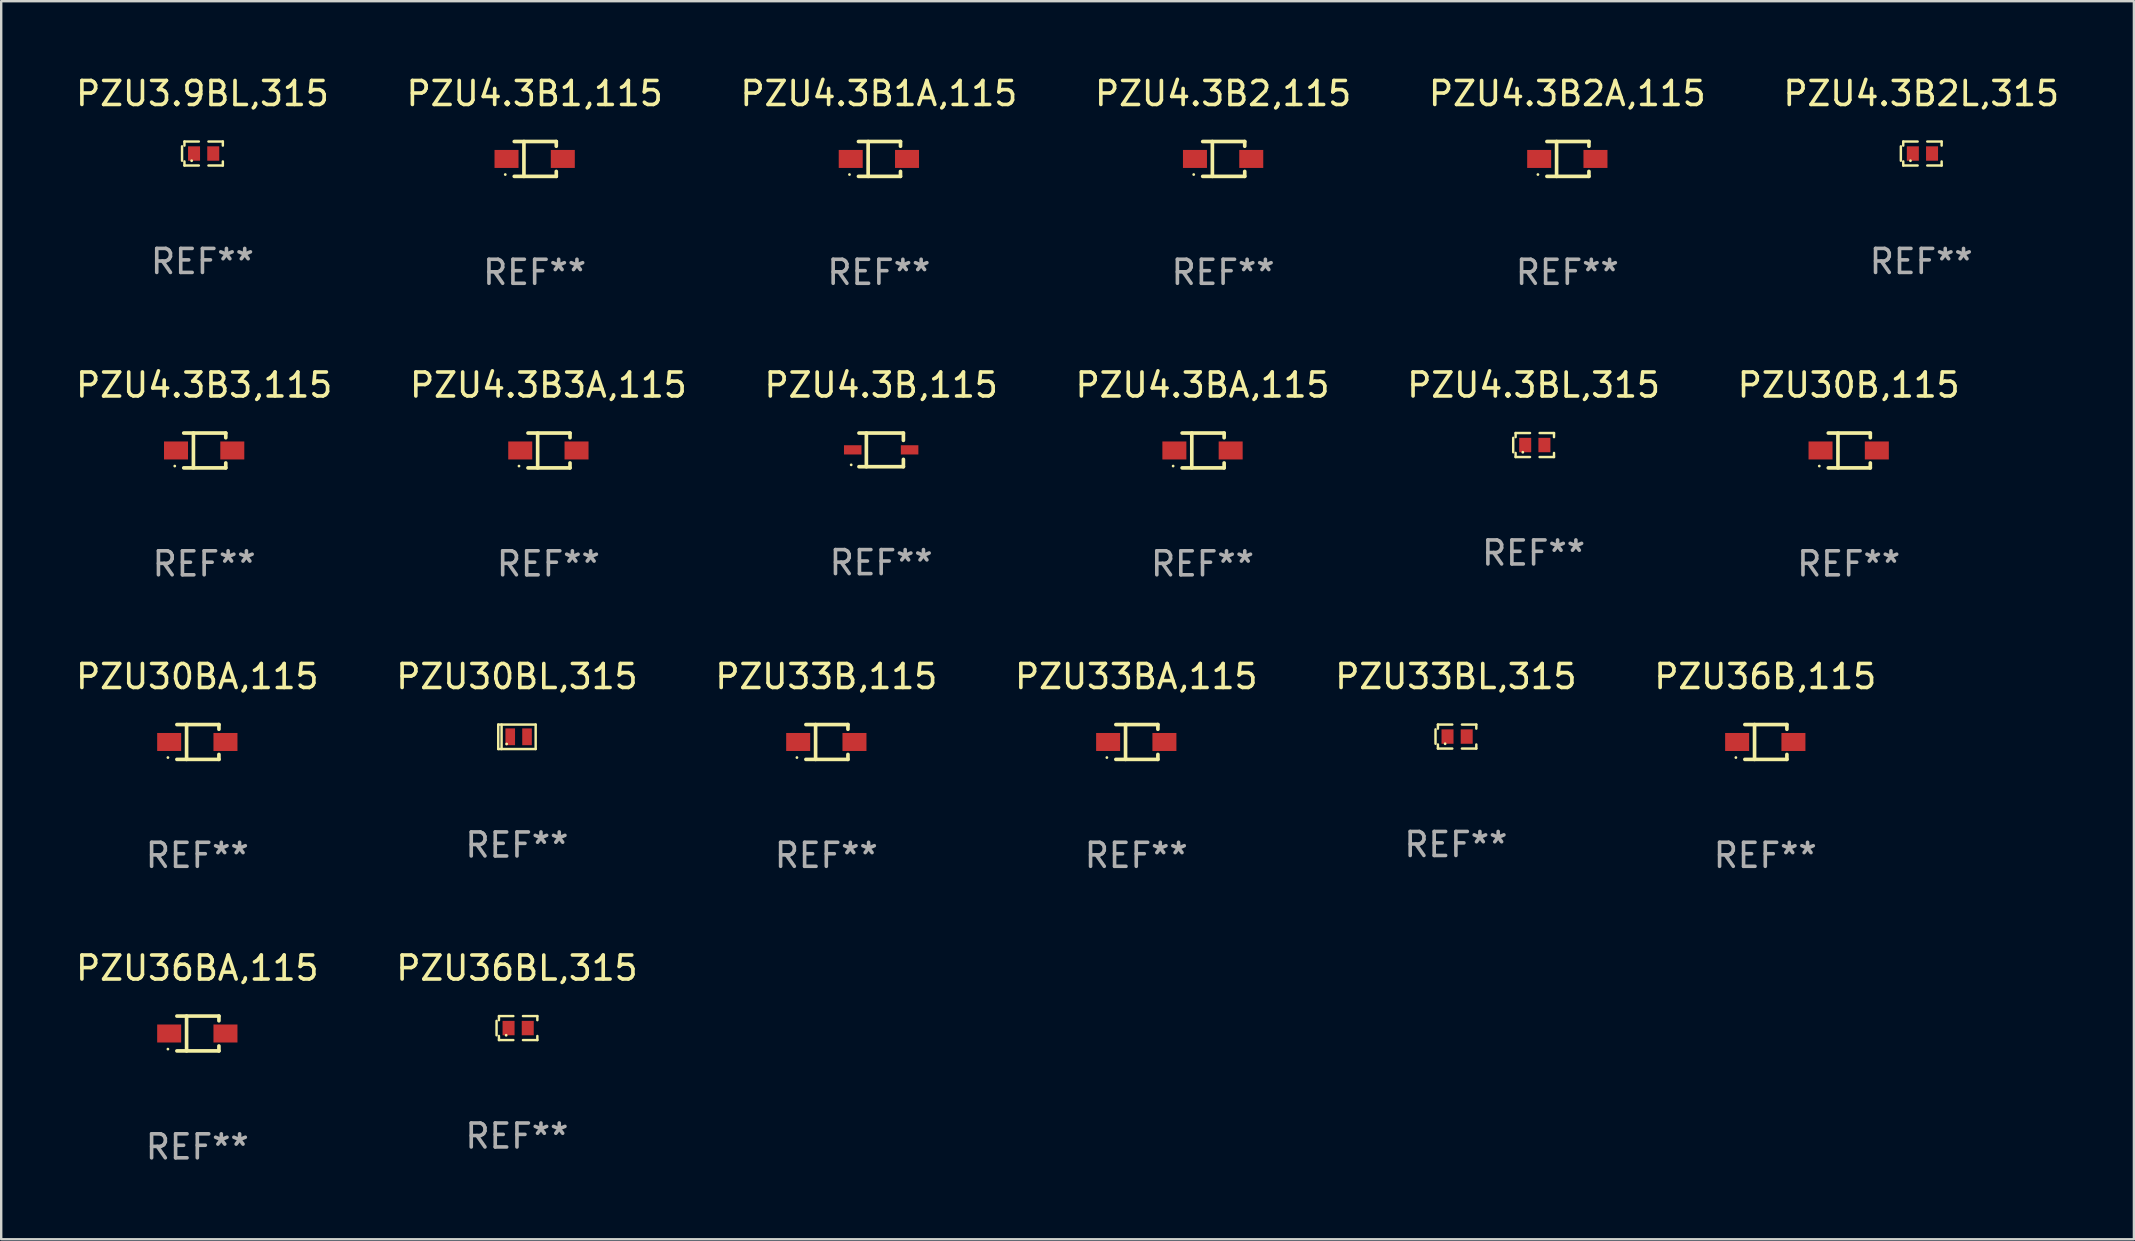
<source format=kicad_pcb>
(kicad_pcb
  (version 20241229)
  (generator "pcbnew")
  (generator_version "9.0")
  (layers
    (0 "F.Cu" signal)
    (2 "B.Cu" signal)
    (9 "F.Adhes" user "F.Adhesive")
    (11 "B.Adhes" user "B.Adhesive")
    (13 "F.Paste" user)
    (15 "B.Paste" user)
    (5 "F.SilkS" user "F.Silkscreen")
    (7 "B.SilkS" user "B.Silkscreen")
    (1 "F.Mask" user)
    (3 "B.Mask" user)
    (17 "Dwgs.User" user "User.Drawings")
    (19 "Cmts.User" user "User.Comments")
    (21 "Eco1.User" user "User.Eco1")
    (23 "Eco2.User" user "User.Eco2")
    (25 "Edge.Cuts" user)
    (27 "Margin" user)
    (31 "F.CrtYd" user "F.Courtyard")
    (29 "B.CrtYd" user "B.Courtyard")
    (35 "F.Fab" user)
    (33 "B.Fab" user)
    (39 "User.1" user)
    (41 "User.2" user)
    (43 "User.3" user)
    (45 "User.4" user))
  (footprint "PZU3.9BL,315"
    (layer "F.Cu")
    (at 5.387 3.348)
    (property "Reference" "PZU3.9BL,315" (at 0 -2.5 0) (layer "F.SilkS") (effects (font (size 1 1) (thickness 0.15))))
    (attr through_hole)
    (fp_line (start -0.85 -0.3) (end -0.85 0.3) (stroke (width 0.102) (type solid)) (layer "F.SilkS"))
    (fp_line (start -0.75 -0.5) (end -0.75 -0.329) (stroke (width 0.102) (type solid)) (layer "F.SilkS"))
    (fp_line (start -0.75 0.329) (end -0.75 0.5) (stroke (width 0.102) (type solid)) (layer "F.SilkS"))
    (fp_line (start -0.75 0.5) (end -0.15 0.5) (stroke (width 0.102) (type solid)) (layer "F.SilkS"))
    (fp_line (start -0.15 -0.5) (end -0.75 -0.5) (stroke (width 0.102) (type solid)) (layer "F.SilkS"))
    (fp_line (start 0.25 -0.5) (end 0.85 -0.5) (stroke (width 0.102) (type solid)) (layer "F.SilkS"))
    (fp_line (start 0.85 -0.5) (end 0.85 -0.33) (stroke (width 0.102) (type solid)) (layer "F.SilkS"))
    (fp_line (start 0.85 0.33) (end 0.85 0.5) (stroke (width 0.102) (type solid)) (layer "F.SilkS"))
    (fp_line (start 0.85 0.5) (end 0.25 0.5) (stroke (width 0.102) (type solid)) (layer "F.SilkS"))
    (fp_circle (center -0.45 0.3) (end -0.42 0.3) (stroke (width 0.06) (type solid)) (fill no) (layer "F.SilkS"))
    (fp_text user "REF**" (at 0 4.5 0) (layer "F.Fab") (effects (font (size 1 1) (thickness 0.15))))
    (pad "1" smd rect (at -0.35 0) (size 0.5 0.6) (layers "F.Cu" "F.Mask" "F.Paste"))
    (pad "2" smd rect (at 0.45 0) (size 0.5 0.6) (layers "F.Cu" "F.Mask" "F.Paste")))
  (footprint "PZU30BA,115"
    (layer "F.Cu")
    (at 5.173 27.872)
    (property "Reference" "PZU30BA,115" (at 0 -2.726 0) (layer "F.SilkS") (effects (font (size 1 1) (thickness 0.15))))
    (attr through_hole)
    (fp_line (start -0.851 -0.726) (end 0.901 -0.726) (stroke (width 0.152) (type solid)) (layer "F.SilkS"))
    (fp_line (start -0.851 0.726) (end 0.901 0.726) (stroke (width 0.152) (type solid)) (layer "F.SilkS"))
    (fp_line (start -0.447 -0.726) (end -0.447 0.726) (stroke (width 0.152) (type solid)) (layer "F.SilkS"))
    (fp_line (start 0.901 -0.726) (end 0.901 -0.53) (stroke (width 0.152) (type solid)) (layer "F.SilkS"))
    (fp_line (start 0.901 0.726) (end 0.901 0.52) (stroke (width 0.152) (type solid)) (layer "F.SilkS"))
    (fp_circle (center -1.225 0.65) (end -1.195 0.65) (stroke (width 0.06) (type solid)) (fill no) (layer "F.SilkS"))
    (fp_text user "REF**" (at 0 4.726 0) (layer "F.Fab") (effects (font (size 1 1) (thickness 0.15))))
    (pad "1" smd rect (at -1.173 0) (size 1 0.75) (layers "F.Cu" "F.Mask" "F.Paste"))
    (pad "2" smd rect (at 1.173 0) (size 1 0.75) (layers "F.Cu" "F.Mask" "F.Paste")))
  (footprint "PZU36B,115"
    (layer "F.Cu")
    (at 70.518 27.872)
    (property "Reference" "PZU36B,115" (at 0 -2.726 0) (layer "F.SilkS") (effects (font (size 1 1) (thickness 0.15))))
    (attr through_hole)
    (fp_line (start -0.851 -0.726) (end 0.901 -0.726) (stroke (width 0.152) (type solid)) (layer "F.SilkS"))
    (fp_line (start -0.851 0.726) (end 0.901 0.726) (stroke (width 0.152) (type solid)) (layer "F.SilkS"))
    (fp_line (start -0.447 -0.726) (end -0.447 0.726) (stroke (width 0.152) (type solid)) (layer "F.SilkS"))
    (fp_line (start 0.901 -0.726) (end 0.901 -0.53) (stroke (width 0.152) (type solid)) (layer "F.SilkS"))
    (fp_line (start 0.901 0.726) (end 0.901 0.52) (stroke (width 0.152) (type solid)) (layer "F.SilkS"))
    (fp_circle (center -1.225 0.65) (end -1.195 0.65) (stroke (width 0.06) (type solid)) (fill no) (layer "F.SilkS"))
    (fp_text user "REF**" (at 0 4.726 0) (layer "F.Fab") (effects (font (size 1 1) (thickness 0.15))))
    (pad "1" smd rect (at -1.173 0) (size 1 0.75) (layers "F.Cu" "F.Mask" "F.Paste"))
    (pad "2" smd rect (at 1.173 0) (size 1 0.75) (layers "F.Cu" "F.Mask" "F.Paste")))
  (footprint "PZU36BA,115"
    (layer "F.Cu")
    (at 5.173 40.021)
    (property "Reference" "PZU36BA,115" (at 0 -2.726 0) (layer "F.SilkS") (effects (font (size 1 1) (thickness 0.15))))
    (attr through_hole)
    (fp_line (start -0.851 -0.726) (end 0.901 -0.726) (stroke (width 0.152) (type solid)) (layer "F.SilkS"))
    (fp_line (start -0.851 0.726) (end 0.901 0.726) (stroke (width 0.152) (type solid)) (layer "F.SilkS"))
    (fp_line (start -0.447 -0.726) (end -0.447 0.726) (stroke (width 0.152) (type solid)) (layer "F.SilkS"))
    (fp_line (start 0.901 -0.726) (end 0.901 -0.53) (stroke (width 0.152) (type solid)) (layer "F.SilkS"))
    (fp_line (start 0.901 0.726) (end 0.901 0.52) (stroke (width 0.152) (type solid)) (layer "F.SilkS"))
    (fp_circle (center -1.225 0.65) (end -1.195 0.65) (stroke (width 0.06) (type solid)) (fill no) (layer "F.SilkS"))
    (fp_text user "REF**" (at 0 4.726 0) (layer "F.Fab") (effects (font (size 1 1) (thickness 0.15))))
    (pad "1" smd rect (at -1.173 0) (size 1 0.75) (layers "F.Cu" "F.Mask" "F.Paste"))
    (pad "2" smd rect (at 1.173 0) (size 1 0.75) (layers "F.Cu" "F.Mask" "F.Paste")))
  (footprint "PZU30BL,315"
    (layer "F.Cu")
    (at 18.494 27.656)
    (property "Reference" "PZU30BL,315" (at 0 -2.51 0) (layer "F.SilkS") (effects (font (size 1 1) (thickness 0.15))))
    (attr through_hole)
    (fp_line (start -0.78 -0.51) (end -0.78 0.51) (stroke (width 0.102) (type solid)) (layer "F.SilkS"))
    (fp_line (start -0.78 -0.51) (end 0.78 -0.51) (stroke (width 0.102) (type solid)) (layer "F.SilkS"))
    (fp_line (start -0.78 0.51) (end 0.78 0.51) (stroke (width 0.102) (type solid)) (layer "F.SilkS"))
    (fp_line (start -0.64 -0.51) (end -0.64 0.51) (stroke (width 0.102) (type solid)) (layer "F.SilkS"))
    (fp_line (start 0.78 -0.51) (end 0.78 0.51) (stroke (width 0.102) (type solid)) (layer "F.SilkS"))
    (fp_circle (center -0.43 0.3) (end -0.4 0.3) (stroke (width 0.06) (type solid)) (fill no) (layer "F.SilkS"))
    (fp_text user "REF**" (at 0 4.51 0) (layer "F.Fab") (effects (font (size 1 1) (thickness 0.15))))
    (pad "1" smd rect (at -0.28 0) (size 0.4 0.7) (layers "F.Cu" "F.Mask" "F.Paste"))
    (pad "2" smd rect (at 0.42 0) (size 0.4 0.7) (layers "F.Cu" "F.Mask" "F.Paste")))
  (footprint "PZU4.3B2,115"
    (layer "F.Cu")
    (at 47.923 3.574)
    (property "Reference" "PZU4.3B2,115" (at 0 -2.726 0) (layer "F.SilkS") (effects (font (size 1 1) (thickness 0.15))))
    (attr through_hole)
    (fp_line (start -0.851 -0.726) (end 0.901 -0.726) (stroke (width 0.152) (type solid)) (layer "F.SilkS"))
    (fp_line (start -0.851 0.726) (end 0.901 0.726) (stroke (width 0.152) (type solid)) (layer "F.SilkS"))
    (fp_line (start -0.447 -0.726) (end -0.447 0.726) (stroke (width 0.152) (type solid)) (layer "F.SilkS"))
    (fp_line (start 0.901 -0.726) (end 0.901 -0.53) (stroke (width 0.152) (type solid)) (layer "F.SilkS"))
    (fp_line (start 0.901 0.726) (end 0.901 0.52) (stroke (width 0.152) (type solid)) (layer "F.SilkS"))
    (fp_circle (center -1.225 0.65) (end -1.195 0.65) (stroke (width 0.06) (type solid)) (fill no) (layer "F.SilkS"))
    (fp_text user "REF**" (at 0 4.726 0) (layer "F.Fab") (effects (font (size 1 1) (thickness 0.15))))
    (pad "1" smd rect (at -1.173 0) (size 1 0.75) (layers "F.Cu" "F.Mask" "F.Paste"))
    (pad "2" smd rect (at 1.173 0) (size 1 0.75) (layers "F.Cu" "F.Mask" "F.Paste")))
  (footprint "PZU33BA,115"
    (layer "F.Cu")
    (at 44.304 27.872)
    (property "Reference" "PZU33BA,115" (at 0 -2.726 0) (layer "F.SilkS") (effects (font (size 1 1) (thickness 0.15))))
    (attr through_hole)
    (fp_line (start -0.851 -0.726) (end 0.901 -0.726) (stroke (width 0.152) (type solid)) (layer "F.SilkS"))
    (fp_line (start -0.851 0.726) (end 0.901 0.726) (stroke (width 0.152) (type solid)) (layer "F.SilkS"))
    (fp_line (start -0.447 -0.726) (end -0.447 0.726) (stroke (width 0.152) (type solid)) (layer "F.SilkS"))
    (fp_line (start 0.901 -0.726) (end 0.901 -0.53) (stroke (width 0.152) (type solid)) (layer "F.SilkS"))
    (fp_line (start 0.901 0.726) (end 0.901 0.52) (stroke (width 0.152) (type solid)) (layer "F.SilkS"))
    (fp_circle (center -1.225 0.65) (end -1.195 0.65) (stroke (width 0.06) (type solid)) (fill no) (layer "F.SilkS"))
    (fp_text user "REF**" (at 0 4.726 0) (layer "F.Fab") (effects (font (size 1 1) (thickness 0.15))))
    (pad "1" smd rect (at -1.173 0) (size 1 0.75) (layers "F.Cu" "F.Mask" "F.Paste"))
    (pad "2" smd rect (at 1.173 0) (size 1 0.75) (layers "F.Cu" "F.Mask" "F.Paste")))
  (footprint "PZU4.3B,115"
    (layer "F.Cu")
    (at 33.673 15.698)
    (property "Reference" "PZU4.3B,115" (at 0 -2.701 0) (layer "F.SilkS") (effects (font (size 1 1) (thickness 0.15))))
    (attr through_hole)
    (fp_line (start -0.926 -0.701) (end 0.926 -0.701) (stroke (width 0.152) (type solid)) (layer "F.SilkS"))
    (fp_line (start -0.926 0.701) (end 0.926 0.701) (stroke (width 0.152) (type solid)) (layer "F.SilkS"))
    (fp_line (start -0.617 -0.701) (end -0.617 0.701) (stroke (width 0.152) (type solid)) (layer "F.SilkS"))
    (fp_line (start 0.926 -0.701) (end 0.926 -0.396) (stroke (width 0.152) (type solid)) (layer "F.SilkS"))
    (fp_line (start 0.926 0.701) (end 0.926 0.396) (stroke (width 0.152) (type solid)) (layer "F.SilkS"))
    (fp_circle (center -1.25 0.625) (end -1.22 0.625) (stroke (width 0.06) (type solid)) (fill no) (layer "F.SilkS"))
    (fp_text user "REF**" (at 0 4.701 0) (layer "F.Fab") (effects (font (size 1 1) (thickness 0.15))))
    (pad "1" smd rect (at -1.185 0 180) (size 0.73 0.385) (layers "F.Cu" "F.Mask" "F.Paste"))
    (pad "2" smd rect (at 1.185 0 180) (size 0.73 0.385) (layers "F.Cu" "F.Mask" "F.Paste")))
  (footprint "PZU30B,115"
    (layer "F.Cu")
    (at 73.994 15.723)
    (property "Reference" "PZU30B,115" (at 0 -2.726 0) (layer "F.SilkS") (effects (font (size 1 1) (thickness 0.15))))
    (attr through_hole)
    (fp_line (start -0.851 -0.726) (end 0.901 -0.726) (stroke (width 0.152) (type solid)) (layer "F.SilkS"))
    (fp_line (start -0.851 0.726) (end 0.901 0.726) (stroke (width 0.152) (type solid)) (layer "F.SilkS"))
    (fp_line (start -0.447 -0.726) (end -0.447 0.726) (stroke (width 0.152) (type solid)) (layer "F.SilkS"))
    (fp_line (start 0.901 -0.726) (end 0.901 -0.53) (stroke (width 0.152) (type solid)) (layer "F.SilkS"))
    (fp_line (start 0.901 0.726) (end 0.901 0.52) (stroke (width 0.152) (type solid)) (layer "F.SilkS"))
    (fp_circle (center -1.225 0.65) (end -1.195 0.65) (stroke (width 0.06) (type solid)) (fill no) (layer "F.SilkS"))
    (fp_text user "REF**" (at 0 4.726 0) (layer "F.Fab") (effects (font (size 1 1) (thickness 0.15))))
    (pad "1" smd rect (at -1.173 0) (size 1 0.75) (layers "F.Cu" "F.Mask" "F.Paste"))
    (pad "2" smd rect (at 1.173 0) (size 1 0.75) (layers "F.Cu" "F.Mask" "F.Paste")))
  (footprint "PZU4.3BL,315"
    (layer "F.Cu")
    (at 60.863 15.497)
    (property "Reference" "PZU4.3BL,315" (at 0 -2.5 0) (layer "F.SilkS") (effects (font (size 1 1) (thickness 0.15))))
    (attr through_hole)
    (fp_line (start -0.85 -0.3) (end -0.85 0.3) (stroke (width 0.102) (type solid)) (layer "F.SilkS"))
    (fp_line (start -0.75 -0.5) (end -0.75 -0.329) (stroke (width 0.102) (type solid)) (layer "F.SilkS"))
    (fp_line (start -0.75 0.329) (end -0.75 0.5) (stroke (width 0.102) (type solid)) (layer "F.SilkS"))
    (fp_line (start -0.75 0.5) (end -0.15 0.5) (stroke (width 0.102) (type solid)) (layer "F.SilkS"))
    (fp_line (start -0.15 -0.5) (end -0.75 -0.5) (stroke (width 0.102) (type solid)) (layer "F.SilkS"))
    (fp_line (start 0.25 -0.5) (end 0.85 -0.5) (stroke (width 0.102) (type solid)) (layer "F.SilkS"))
    (fp_line (start 0.85 -0.5) (end 0.85 -0.33) (stroke (width 0.102) (type solid)) (layer "F.SilkS"))
    (fp_line (start 0.85 0.33) (end 0.85 0.5) (stroke (width 0.102) (type solid)) (layer "F.SilkS"))
    (fp_line (start 0.85 0.5) (end 0.25 0.5) (stroke (width 0.102) (type solid)) (layer "F.SilkS"))
    (fp_circle (center -0.45 0.3) (end -0.42 0.3) (stroke (width 0.06) (type solid)) (fill no) (layer "F.SilkS"))
    (fp_text user "REF**" (at 0 4.5 0) (layer "F.Fab") (effects (font (size 1 1) (thickness 0.15))))
    (pad "1" smd rect (at -0.35 0) (size 0.5 0.6) (layers "F.Cu" "F.Mask" "F.Paste"))
    (pad "2" smd rect (at 0.45 0) (size 0.5 0.6) (layers "F.Cu" "F.Mask" "F.Paste")))
  (footprint "PZU4.3B3A,115"
    (layer "F.Cu")
    (at 19.804 15.723)
    (property "Reference" "PZU4.3B3A,115" (at 0 -2.726 0) (layer "F.SilkS") (effects (font (size 1 1) (thickness 0.15))))
    (attr through_hole)
    (fp_line (start -0.851 -0.726) (end 0.901 -0.726) (stroke (width 0.152) (type solid)) (layer "F.SilkS"))
    (fp_line (start -0.851 0.726) (end 0.901 0.726) (stroke (width 0.152) (type solid)) (layer "F.SilkS"))
    (fp_line (start -0.447 -0.726) (end -0.447 0.726) (stroke (width 0.152) (type solid)) (layer "F.SilkS"))
    (fp_line (start 0.901 -0.726) (end 0.901 -0.53) (stroke (width 0.152) (type solid)) (layer "F.SilkS"))
    (fp_line (start 0.901 0.726) (end 0.901 0.52) (stroke (width 0.152) (type solid)) (layer "F.SilkS"))
    (fp_circle (center -1.225 0.65) (end -1.195 0.65) (stroke (width 0.06) (type solid)) (fill no) (layer "F.SilkS"))
    (fp_text user "REF**" (at 0 4.726 0) (layer "F.Fab") (effects (font (size 1 1) (thickness 0.15))))
    (pad "1" smd rect (at -1.173 0) (size 1 0.75) (layers "F.Cu" "F.Mask" "F.Paste"))
    (pad "2" smd rect (at 1.173 0) (size 1 0.75) (layers "F.Cu" "F.Mask" "F.Paste")))
  (footprint "PZU4.3BA,115"
    (layer "F.Cu")
    (at 47.065 15.723)
    (property "Reference" "PZU4.3BA,115" (at 0 -2.726 0) (layer "F.SilkS") (effects (font (size 1 1) (thickness 0.15))))
    (attr through_hole)
    (fp_line (start -0.851 -0.726) (end 0.901 -0.726) (stroke (width 0.152) (type solid)) (layer "F.SilkS"))
    (fp_line (start -0.851 0.726) (end 0.901 0.726) (stroke (width 0.152) (type solid)) (layer "F.SilkS"))
    (fp_line (start -0.447 -0.726) (end -0.447 0.726) (stroke (width 0.152) (type solid)) (layer "F.SilkS"))
    (fp_line (start 0.901 -0.726) (end 0.901 -0.53) (stroke (width 0.152) (type solid)) (layer "F.SilkS"))
    (fp_line (start 0.901 0.726) (end 0.901 0.52) (stroke (width 0.152) (type solid)) (layer "F.SilkS"))
    (fp_circle (center -1.225 0.65) (end -1.195 0.65) (stroke (width 0.06) (type solid)) (fill no) (layer "F.SilkS"))
    (fp_text user "REF**" (at 0 4.726 0) (layer "F.Fab") (effects (font (size 1 1) (thickness 0.15))))
    (pad "1" smd rect (at -1.173 0) (size 1 0.75) (layers "F.Cu" "F.Mask" "F.Paste"))
    (pad "2" smd rect (at 1.173 0) (size 1 0.75) (layers "F.Cu" "F.Mask" "F.Paste")))
  (footprint "PZU4.3B1A,115"
    (layer "F.Cu")
    (at 33.577 3.574)
    (property "Reference" "PZU4.3B1A,115" (at 0 -2.726 0) (layer "F.SilkS") (effects (font (size 1 1) (thickness 0.15))))
    (attr through_hole)
    (fp_line (start -0.851 -0.726) (end 0.901 -0.726) (stroke (width 0.152) (type solid)) (layer "F.SilkS"))
    (fp_line (start -0.851 0.726) (end 0.901 0.726) (stroke (width 0.152) (type solid)) (layer "F.SilkS"))
    (fp_line (start -0.447 -0.726) (end -0.447 0.726) (stroke (width 0.152) (type solid)) (layer "F.SilkS"))
    (fp_line (start 0.901 -0.726) (end 0.901 -0.53) (stroke (width 0.152) (type solid)) (layer "F.SilkS"))
    (fp_line (start 0.901 0.726) (end 0.901 0.52) (stroke (width 0.152) (type solid)) (layer "F.SilkS"))
    (fp_circle (center -1.225 0.65) (end -1.195 0.65) (stroke (width 0.06) (type solid)) (fill no) (layer "F.SilkS"))
    (fp_text user "REF**" (at 0 4.726 0) (layer "F.Fab") (effects (font (size 1 1) (thickness 0.15))))
    (pad "1" smd rect (at -1.173 0) (size 1 0.75) (layers "F.Cu" "F.Mask" "F.Paste"))
    (pad "2" smd rect (at 1.173 0) (size 1 0.75) (layers "F.Cu" "F.Mask" "F.Paste")))
  (footprint "PZU36BL,315"
    (layer "F.Cu")
    (at 18.494 39.795)
    (property "Reference" "PZU36BL,315" (at 0 -2.5 0) (layer "F.SilkS") (effects (font (size 1 1) (thickness 0.15))))
    (attr through_hole)
    (fp_line (start -0.85 -0.3) (end -0.85 0.3) (stroke (width 0.102) (type solid)) (layer "F.SilkS"))
    (fp_line (start -0.75 -0.5) (end -0.75 -0.329) (stroke (width 0.102) (type solid)) (layer "F.SilkS"))
    (fp_line (start -0.75 0.329) (end -0.75 0.5) (stroke (width 0.102) (type solid)) (layer "F.SilkS"))
    (fp_line (start -0.75 0.5) (end -0.15 0.5) (stroke (width 0.102) (type solid)) (layer "F.SilkS"))
    (fp_line (start -0.15 -0.5) (end -0.75 -0.5) (stroke (width 0.102) (type solid)) (layer "F.SilkS"))
    (fp_line (start 0.25 -0.5) (end 0.85 -0.5) (stroke (width 0.102) (type solid)) (layer "F.SilkS"))
    (fp_line (start 0.85 -0.5) (end 0.85 -0.33) (stroke (width 0.102) (type solid)) (layer "F.SilkS"))
    (fp_line (start 0.85 0.33) (end 0.85 0.5) (stroke (width 0.102) (type solid)) (layer "F.SilkS"))
    (fp_line (start 0.85 0.5) (end 0.25 0.5) (stroke (width 0.102) (type solid)) (layer "F.SilkS"))
    (fp_circle (center -0.45 0.3) (end -0.42 0.3) (stroke (width 0.06) (type solid)) (fill no) (layer "F.SilkS"))
    (fp_text user "REF**" (at 0 4.5 0) (layer "F.Fab") (effects (font (size 1 1) (thickness 0.15))))
    (pad "1" smd rect (at -0.35 0) (size 0.5 0.6) (layers "F.Cu" "F.Mask" "F.Paste"))
    (pad "2" smd rect (at 0.45 0) (size 0.5 0.6) (layers "F.Cu" "F.Mask" "F.Paste")))
  (footprint "PZU4.3B2L,315"
    (layer "F.Cu")
    (at 77.018 3.348)
    (property "Reference" "PZU4.3B2L,315" (at 0 -2.5 0) (layer "F.SilkS") (effects (font (size 1 1) (thickness 0.15))))
    (attr through_hole)
    (fp_line (start -0.85 -0.3) (end -0.85 0.3) (stroke (width 0.102) (type solid)) (layer "F.SilkS"))
    (fp_line (start -0.75 -0.5) (end -0.75 -0.329) (stroke (width 0.102) (type solid)) (layer "F.SilkS"))
    (fp_line (start -0.75 0.329) (end -0.75 0.5) (stroke (width 0.102) (type solid)) (layer "F.SilkS"))
    (fp_line (start -0.75 0.5) (end -0.15 0.5) (stroke (width 0.102) (type solid)) (layer "F.SilkS"))
    (fp_line (start -0.15 -0.5) (end -0.75 -0.5) (stroke (width 0.102) (type solid)) (layer "F.SilkS"))
    (fp_line (start 0.25 -0.5) (end 0.85 -0.5) (stroke (width 0.102) (type solid)) (layer "F.SilkS"))
    (fp_line (start 0.85 -0.5) (end 0.85 -0.33) (stroke (width 0.102) (type solid)) (layer "F.SilkS"))
    (fp_line (start 0.85 0.33) (end 0.85 0.5) (stroke (width 0.102) (type solid)) (layer "F.SilkS"))
    (fp_line (start 0.85 0.5) (end 0.25 0.5) (stroke (width 0.102) (type solid)) (layer "F.SilkS"))
    (fp_circle (center -0.45 0.3) (end -0.42 0.3) (stroke (width 0.06) (type solid)) (fill no) (layer "F.SilkS"))
    (fp_text user "REF**" (at 0 4.5 0) (layer "F.Fab") (effects (font (size 1 1) (thickness 0.15))))
    (pad "1" smd rect (at -0.35 0) (size 0.5 0.6) (layers "F.Cu" "F.Mask" "F.Paste"))
    (pad "2" smd rect (at 0.45 0) (size 0.5 0.6) (layers "F.Cu" "F.Mask" "F.Paste")))
  (footprint "PZU4.3B2A,115"
    (layer "F.Cu")
    (at 62.268 3.574)
    (property "Reference" "PZU4.3B2A,115" (at 0 -2.726 0) (layer "F.SilkS") (effects (font (size 1 1) (thickness 0.15))))
    (attr through_hole)
    (fp_line (start -0.851 -0.726) (end 0.901 -0.726) (stroke (width 0.152) (type solid)) (layer "F.SilkS"))
    (fp_line (start -0.851 0.726) (end 0.901 0.726) (stroke (width 0.152) (type solid)) (layer "F.SilkS"))
    (fp_line (start -0.447 -0.726) (end -0.447 0.726) (stroke (width 0.152) (type solid)) (layer "F.SilkS"))
    (fp_line (start 0.901 -0.726) (end 0.901 -0.53) (stroke (width 0.152) (type solid)) (layer "F.SilkS"))
    (fp_line (start 0.901 0.726) (end 0.901 0.52) (stroke (width 0.152) (type solid)) (layer "F.SilkS"))
    (fp_circle (center -1.225 0.65) (end -1.195 0.65) (stroke (width 0.06) (type solid)) (fill no) (layer "F.SilkS"))
    (fp_text user "REF**" (at 0 4.726 0) (layer "F.Fab") (effects (font (size 1 1) (thickness 0.15))))
    (pad "1" smd rect (at -1.173 0) (size 1 0.75) (layers "F.Cu" "F.Mask" "F.Paste"))
    (pad "2" smd rect (at 1.173 0) (size 1 0.75) (layers "F.Cu" "F.Mask" "F.Paste")))
  (footprint "PZU4.3B1,115"
    (layer "F.Cu")
    (at 19.232 3.574)
    (property "Reference" "PZU4.3B1,115" (at 0 -2.726 0) (layer "F.SilkS") (effects (font (size 1 1) (thickness 0.15))))
    (attr through_hole)
    (fp_line (start -0.851 -0.726) (end 0.901 -0.726) (stroke (width 0.152) (type solid)) (layer "F.SilkS"))
    (fp_line (start -0.851 0.726) (end 0.901 0.726) (stroke (width 0.152) (type solid)) (layer "F.SilkS"))
    (fp_line (start -0.447 -0.726) (end -0.447 0.726) (stroke (width 0.152) (type solid)) (layer "F.SilkS"))
    (fp_line (start 0.901 -0.726) (end 0.901 -0.53) (stroke (width 0.152) (type solid)) (layer "F.SilkS"))
    (fp_line (start 0.901 0.726) (end 0.901 0.52) (stroke (width 0.152) (type solid)) (layer "F.SilkS"))
    (fp_circle (center -1.225 0.65) (end -1.195 0.65) (stroke (width 0.06) (type solid)) (fill no) (layer "F.SilkS"))
    (fp_text user "REF**" (at 0 4.726 0) (layer "F.Fab") (effects (font (size 1 1) (thickness 0.15))))
    (pad "1" smd rect (at -1.173 0) (size 1 0.75) (layers "F.Cu" "F.Mask" "F.Paste"))
    (pad "2" smd rect (at 1.173 0) (size 1 0.75) (layers "F.Cu" "F.Mask" "F.Paste")))
  (footprint "PZU33B,115"
    (layer "F.Cu")
    (at 31.387 27.872)
    (property "Reference" "PZU33B,115" (at 0 -2.726 0) (layer "F.SilkS") (effects (font (size 1 1) (thickness 0.15))))
    (attr through_hole)
    (fp_line (start -0.851 -0.726) (end 0.901 -0.726) (stroke (width 0.152) (type solid)) (layer "F.SilkS"))
    (fp_line (start -0.851 0.726) (end 0.901 0.726) (stroke (width 0.152) (type solid)) (layer "F.SilkS"))
    (fp_line (start -0.447 -0.726) (end -0.447 0.726) (stroke (width 0.152) (type solid)) (layer "F.SilkS"))
    (fp_line (start 0.901 -0.726) (end 0.901 -0.53) (stroke (width 0.152) (type solid)) (layer "F.SilkS"))
    (fp_line (start 0.901 0.726) (end 0.901 0.52) (stroke (width 0.152) (type solid)) (layer "F.SilkS"))
    (fp_circle (center -1.225 0.65) (end -1.195 0.65) (stroke (width 0.06) (type solid)) (fill no) (layer "F.SilkS"))
    (fp_text user "REF**" (at 0 4.726 0) (layer "F.Fab") (effects (font (size 1 1) (thickness 0.15))))
    (pad "1" smd rect (at -1.173 0) (size 1 0.75) (layers "F.Cu" "F.Mask" "F.Paste"))
    (pad "2" smd rect (at 1.173 0) (size 1 0.75) (layers "F.Cu" "F.Mask" "F.Paste")))
  (footprint "PZU4.3B3,115"
    (layer "F.Cu")
    (at 5.458 15.723)
    (property "Reference" "PZU4.3B3,115" (at 0 -2.726 0) (layer "F.SilkS") (effects (font (size 1 1) (thickness 0.15))))
    (attr through_hole)
    (fp_line (start -0.851 -0.726) (end 0.901 -0.726) (stroke (width 0.152) (type solid)) (layer "F.SilkS"))
    (fp_line (start -0.851 0.726) (end 0.901 0.726) (stroke (width 0.152) (type solid)) (layer "F.SilkS"))
    (fp_line (start -0.447 -0.726) (end -0.447 0.726) (stroke (width 0.152) (type solid)) (layer "F.SilkS"))
    (fp_line (start 0.901 -0.726) (end 0.901 -0.53) (stroke (width 0.152) (type solid)) (layer "F.SilkS"))
    (fp_line (start 0.901 0.726) (end 0.901 0.52) (stroke (width 0.152) (type solid)) (layer "F.SilkS"))
    (fp_circle (center -1.225 0.65) (end -1.195 0.65) (stroke (width 0.06) (type solid)) (fill no) (layer "F.SilkS"))
    (fp_text user "REF**" (at 0 4.726 0) (layer "F.Fab") (effects (font (size 1 1) (thickness 0.15))))
    (pad "1" smd rect (at -1.173 0) (size 1 0.75) (layers "F.Cu" "F.Mask" "F.Paste"))
    (pad "2" smd rect (at 1.173 0) (size 1 0.75) (layers "F.Cu" "F.Mask" "F.Paste")))
  (footprint "PZU33BL,315"
    (layer "F.Cu")
    (at 57.625 27.646)
    (property "Reference" "PZU33BL,315" (at 0 -2.5 0) (layer "F.SilkS") (effects (font (size 1 1) (thickness 0.15))))
    (attr through_hole)
    (fp_line (start -0.85 -0.3) (end -0.85 0.3) (stroke (width 0.102) (type solid)) (layer "F.SilkS"))
    (fp_line (start -0.75 -0.5) (end -0.75 -0.329) (stroke (width 0.102) (type solid)) (layer "F.SilkS"))
    (fp_line (start -0.75 0.329) (end -0.75 0.5) (stroke (width 0.102) (type solid)) (layer "F.SilkS"))
    (fp_line (start -0.75 0.5) (end -0.15 0.5) (stroke (width 0.102) (type solid)) (layer "F.SilkS"))
    (fp_line (start -0.15 -0.5) (end -0.75 -0.5) (stroke (width 0.102) (type solid)) (layer "F.SilkS"))
    (fp_line (start 0.25 -0.5) (end 0.85 -0.5) (stroke (width 0.102) (type solid)) (layer "F.SilkS"))
    (fp_line (start 0.85 -0.5) (end 0.85 -0.33) (stroke (width 0.102) (type solid)) (layer "F.SilkS"))
    (fp_line (start 0.85 0.33) (end 0.85 0.5) (stroke (width 0.102) (type solid)) (layer "F.SilkS"))
    (fp_line (start 0.85 0.5) (end 0.25 0.5) (stroke (width 0.102) (type solid)) (layer "F.SilkS"))
    (fp_circle (center -0.45 0.3) (end -0.42 0.3) (stroke (width 0.06) (type solid)) (fill no) (layer "F.SilkS"))
    (fp_text user "REF**" (at 0 4.5 0) (layer "F.Fab") (effects (font (size 1 1) (thickness 0.15))))
    (pad "1" smd rect (at -0.35 0) (size 0.5 0.6) (layers "F.Cu" "F.Mask" "F.Paste"))
    (pad "2" smd rect (at 0.45 0) (size 0.5 0.6) (layers "F.Cu" "F.Mask" "F.Paste")))
  (gr_rect
    (start -3 -3)
    (end 85.881 48.596)
    (stroke (width 0.1) (type default))
    (fill no)
    (layer "Edge.Cuts")))
</source>
